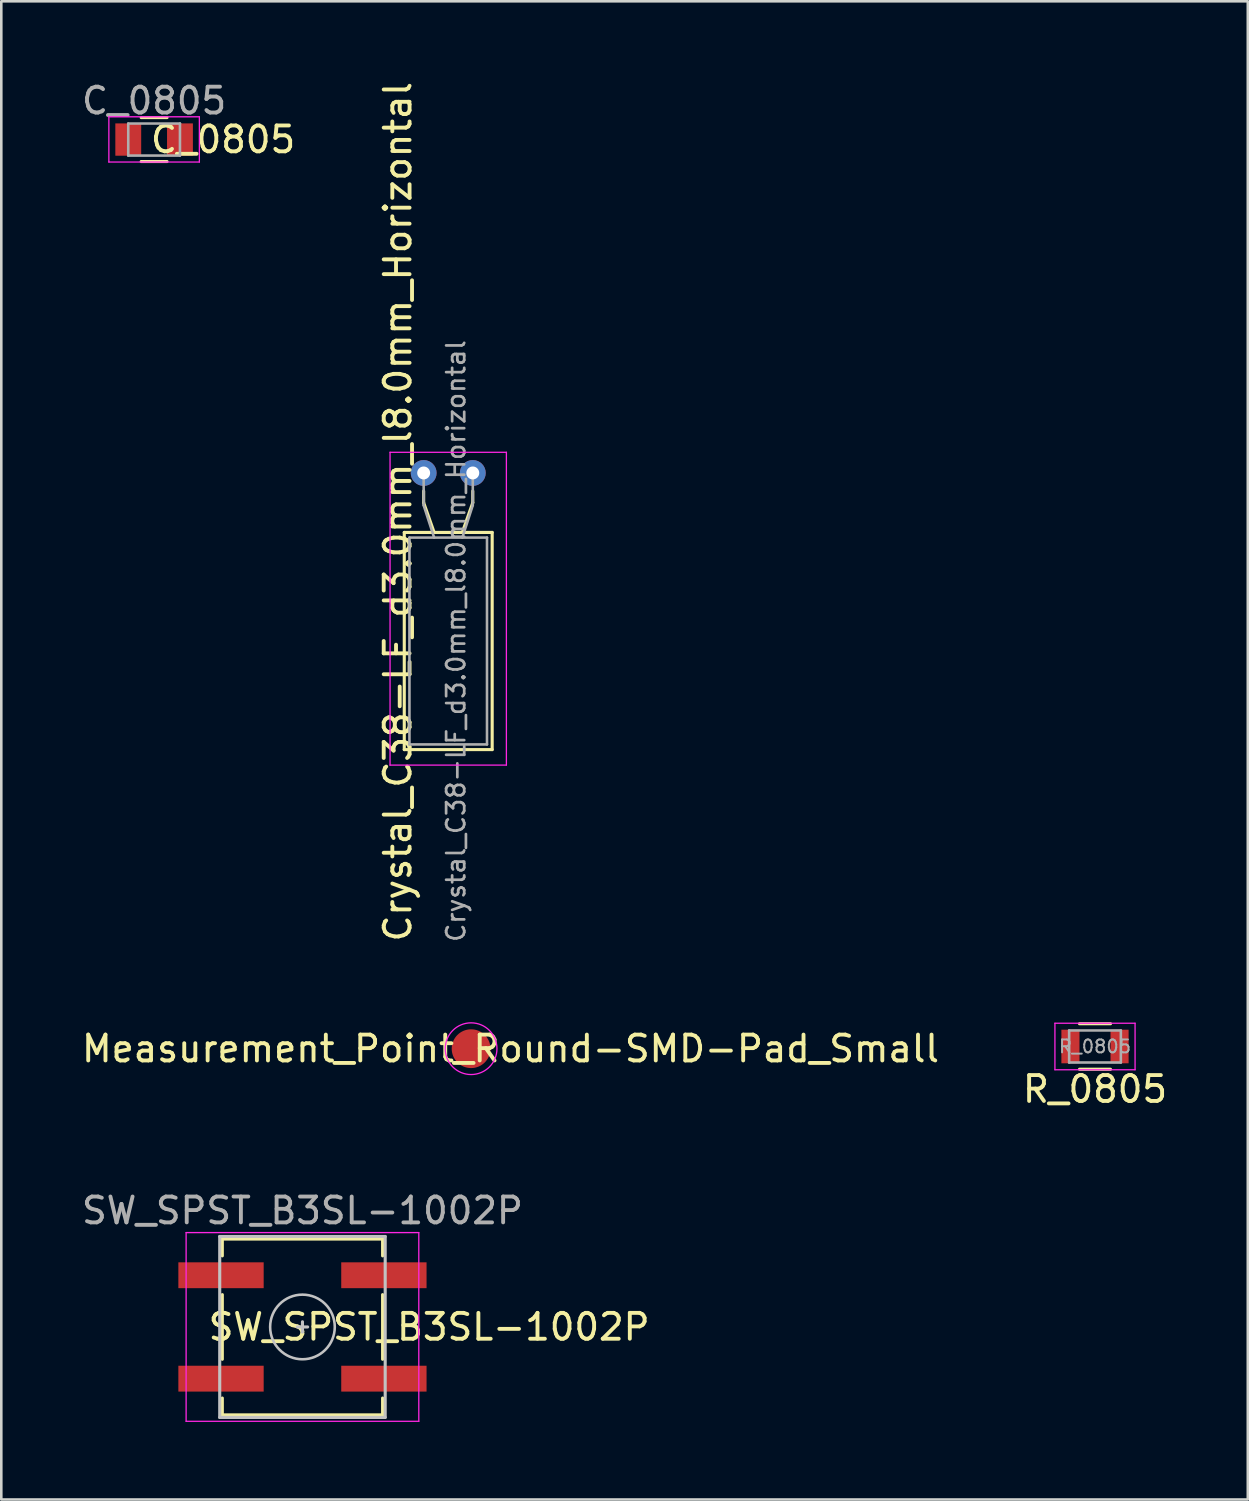
<source format=kicad_pcb>
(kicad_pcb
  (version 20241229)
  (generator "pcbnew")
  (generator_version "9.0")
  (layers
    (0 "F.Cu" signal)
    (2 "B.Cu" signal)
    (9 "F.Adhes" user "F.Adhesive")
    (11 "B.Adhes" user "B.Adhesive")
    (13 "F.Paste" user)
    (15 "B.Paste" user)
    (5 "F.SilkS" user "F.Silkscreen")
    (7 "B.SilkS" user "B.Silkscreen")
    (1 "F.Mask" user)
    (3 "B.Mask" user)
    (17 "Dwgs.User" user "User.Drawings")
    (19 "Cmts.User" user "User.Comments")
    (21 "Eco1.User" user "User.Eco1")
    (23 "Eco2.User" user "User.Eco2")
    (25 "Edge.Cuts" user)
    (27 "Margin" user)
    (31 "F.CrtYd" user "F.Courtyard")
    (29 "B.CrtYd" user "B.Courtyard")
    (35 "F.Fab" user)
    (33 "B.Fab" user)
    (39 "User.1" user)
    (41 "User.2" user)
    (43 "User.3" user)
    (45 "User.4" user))
  (footprint "R_0805"
    (layer "F.Cu")
    (at 39.304 37.428)
    (property "Reference" "R_0805" (at 0 1.651 180) (layer "F.SilkS") (effects (font (size 1 1) (thickness 0.15))))
    (attr smd)
    (fp_line (start -0.6 -0.88) (end 0.6 -0.88) (stroke (width 0.12) (type solid)) (layer "F.SilkS"))
    (fp_line (start 0.6 0.88) (end -0.6 0.88) (stroke (width 0.12) (type solid)) (layer "F.SilkS"))
    (fp_line (start -1.55 -0.9) (end -1.55 0.9) (stroke (width 0.05) (type solid)) (layer "F.CrtYd"))
    (fp_line (start -1.55 -0.9) (end 1.55 -0.9) (stroke (width 0.05) (type solid)) (layer "F.CrtYd"))
    (fp_line (start 1.55 0.9) (end -1.55 0.9) (stroke (width 0.05) (type solid)) (layer "F.CrtYd"))
    (fp_line (start 1.55 0.9) (end 1.55 -0.9) (stroke (width 0.05) (type solid)) (layer "F.CrtYd"))
    (fp_line (start -1 -0.62) (end 1 -0.62) (stroke (width 0.1) (type solid)) (layer "F.Fab"))
    (fp_line (start -1 0.62) (end -1 -0.62) (stroke (width 0.1) (type solid)) (layer "F.Fab"))
    (fp_line (start 1 -0.62) (end 1 0.62) (stroke (width 0.1) (type solid)) (layer "F.Fab"))
    (fp_line (start 1 0.62) (end -1 0.62) (stroke (width 0.1) (type solid)) (layer "F.Fab"))
    (fp_text user "${REFERENCE}" (at 0 0 0) (layer "F.Fab") (effects (font (size 0.5 0.5) (thickness 0.075))))
    (pad "1" smd rect (at -0.95 0) (size 0.7 1.3) (layers "F.Cu" "F.Mask" "F.Paste"))
    (pad "2" smd rect (at 0.95 0) (size 0.7 1.3) (layers "F.Cu" "F.Mask" "F.Paste")))
  (footprint "C_0805"
    (layer "F.Cu")
    (at 2.911 2.348)
    (property "Reference" "C_0805" (at 2.667 0 0) (layer "F.SilkS") (effects (font (size 1 1) (thickness 0.15))))
    (attr smd)
    (fp_line (start -0.5 0.85) (end 0.5 0.85) (stroke (width 0.12) (type solid)) (layer "F.SilkS"))
    (fp_line (start 0.5 -0.85) (end -0.5 -0.85) (stroke (width 0.12) (type solid)) (layer "F.SilkS"))
    (fp_line (start -1.75 -0.88) (end -1.75 0.87) (stroke (width 0.05) (type solid)) (layer "F.CrtYd"))
    (fp_line (start -1.75 -0.88) (end 1.75 -0.88) (stroke (width 0.05) (type solid)) (layer "F.CrtYd"))
    (fp_line (start 1.75 0.87) (end -1.75 0.87) (stroke (width 0.05) (type solid)) (layer "F.CrtYd"))
    (fp_line (start 1.75 0.87) (end 1.75 -0.88) (stroke (width 0.05) (type solid)) (layer "F.CrtYd"))
    (fp_line (start -1 -0.62) (end 1 -0.62) (stroke (width 0.1) (type solid)) (layer "F.Fab"))
    (fp_line (start -1 0.62) (end -1 -0.62) (stroke (width 0.1) (type solid)) (layer "F.Fab"))
    (fp_line (start 1 -0.62) (end 1 0.62) (stroke (width 0.1) (type solid)) (layer "F.Fab"))
    (fp_line (start 1 0.62) (end -1 0.62) (stroke (width 0.1) (type solid)) (layer "F.Fab"))
    (fp_text user "${REFERENCE}" (at 0 -1.5 0) (layer "F.Fab") (effects (font (size 1 1) (thickness 0.15))))
    (pad "1" smd rect (at -1 0) (size 1 1.25) (layers "F.Cu" "F.Mask" "F.Paste"))
    (pad "2" smd rect (at 1 0) (size 1 1.25) (layers "F.Cu" "F.Mask" "F.Paste")))
  (footprint "SW_SPST_B3SL-1002P"
    (layer "F.Cu")
    (at 8.649 48.276)
    (property "Reference" "SW_SPST_B3SL-1002P" (at 4.9 0 0) (layer "F.SilkS") (effects (font (size 1 1) (thickness 0.15))))
    (attr smd)
    (fp_line (start -3.1 -3.4) (end -3.1 -2.75) (stroke (width 0.12) (type solid)) (layer "F.SilkS"))
    (fp_line (start -3.1 -1.25) (end -3.1 1.25) (stroke (width 0.12) (type solid)) (layer "F.SilkS"))
    (fp_line (start -3.1 3.4) (end -3.1 2.75) (stroke (width 0.12) (type solid)) (layer "F.SilkS"))
    (fp_line (start 3.1 -3.4) (end -3.1 -3.4) (stroke (width 0.12) (type solid)) (layer "F.SilkS"))
    (fp_line (start 3.1 -2.75) (end 3.1 -3.4) (stroke (width 0.12) (type solid)) (layer "F.SilkS"))
    (fp_line (start 3.1 -1.25) (end 3.1 1.25) (stroke (width 0.12) (type solid)) (layer "F.SilkS"))
    (fp_line (start 3.1 2.75) (end 3.1 3.4) (stroke (width 0.12) (type solid)) (layer "F.SilkS"))
    (fp_line (start 3.1 3.4) (end -3.1 3.4) (stroke (width 0.12) (type solid)) (layer "F.SilkS"))
    (fp_line (start -3.2 -3.5) (end 3.2 -3.5) (stroke (width 0.12) (type solid)) (layer "Dwgs.User"))
    (fp_line (start -3.2 3.5) (end -3.2 -3.5) (stroke (width 0.12) (type solid)) (layer "Dwgs.User"))
    (fp_line (start -0.2 0) (end 0.2 0) (stroke (width 0.12) (type solid)) (layer "Dwgs.User"))
    (fp_line (start 0 -0.2) (end 0 0.2) (stroke (width 0.12) (type solid)) (layer "Dwgs.User"))
    (fp_line (start 3.2 -3.5) (end 3.2 3.5) (stroke (width 0.12) (type solid)) (layer "Dwgs.User"))
    (fp_line (start 3.2 3.5) (end -3.2 3.5) (stroke (width 0.12) (type solid)) (layer "Dwgs.User"))
    (fp_circle (center 0 0) (end 1.25 0) (stroke (width 0.1) (type solid)) (fill no) (layer "Dwgs.User"))
    (fp_line (start -4.5 -3.65) (end -4.5 3.65) (stroke (width 0.05) (type solid)) (layer "F.CrtYd"))
    (fp_line (start -4.5 3.65) (end 4.5 3.65) (stroke (width 0.05) (type solid)) (layer "F.CrtYd"))
    (fp_line (start 4.5 -3.65) (end -4.5 -3.65) (stroke (width 0.05) (type solid)) (layer "F.CrtYd"))
    (fp_line (start 4.5 3.65) (end 4.5 -3.65) (stroke (width 0.05) (type solid)) (layer "F.CrtYd"))
    (fp_text user "${REFERENCE}" (at 0 -4.5 0) (layer "F.Fab") (effects (font (size 1 1) (thickness 0.15))))
    (pad "1" smd rect (at -3.15 -2) (size 3.3 1) (layers "F.Cu" "F.Mask" "F.Paste"))
    (pad "1" smd rect (at 3.15 -2) (size 3.3 1) (layers "F.Cu" "F.Mask" "F.Paste"))
    (pad "2" smd rect (at -3.15 2) (size 3.3 1) (layers "F.Cu" "F.Mask" "F.Paste"))
    (pad "2" smd rect (at 3.15 2) (size 3.3 1) (layers "F.Cu" "F.Mask" "F.Paste")))
  (footprint "Crystal_C38-LF_d3.0mm_l8.0mm_Horizontal"
    (layer "F.Cu")
    (at 13.337 15.244)
    (property "Reference" "Crystal_C38-LF_d3.0mm_l8.0mm_Horizontal" (at -1 1.5 90) (layer "F.SilkS") (effects (font (size 1 1) (thickness 0.15))))
    (attr through_hole)
    (fp_line (start -0.75 2.3) (end -0.75 10.7) (stroke (width 0.12) (type solid)) (layer "F.SilkS"))
    (fp_line (start -0.75 10.7) (end 2.65 10.7) (stroke (width 0.12) (type solid)) (layer "F.SilkS"))
    (fp_line (start 0 1.15) (end 0 0.7) (stroke (width 0.12) (type solid)) (layer "F.SilkS"))
    (fp_line (start 0.405 2.3) (end 0 1.15) (stroke (width 0.12) (type solid)) (layer "F.SilkS"))
    (fp_line (start 1.495 2.3) (end 1.9 1.15) (stroke (width 0.12) (type solid)) (layer "F.SilkS"))
    (fp_line (start 1.9 1.15) (end 1.9 0.7) (stroke (width 0.12) (type solid)) (layer "F.SilkS"))
    (fp_line (start 2.65 2.3) (end -0.75 2.3) (stroke (width 0.12) (type solid)) (layer "F.SilkS"))
    (fp_line (start 2.65 10.7) (end 2.65 2.3) (stroke (width 0.12) (type solid)) (layer "F.SilkS"))
    (fp_line (start -1.3 -0.8) (end -1.3 11.3) (stroke (width 0.05) (type solid)) (layer "F.CrtYd"))
    (fp_line (start -1.3 11.3) (end 3.2 11.3) (stroke (width 0.05) (type solid)) (layer "F.CrtYd"))
    (fp_line (start 3.2 -0.8) (end -1.3 -0.8) (stroke (width 0.05) (type solid)) (layer "F.CrtYd"))
    (fp_line (start 3.2 11.3) (end 3.2 -0.8) (stroke (width 0.05) (type solid)) (layer "F.CrtYd"))
    (fp_line (start -0.55 2.5) (end -0.55 10.5) (stroke (width 0.1) (type solid)) (layer "F.Fab"))
    (fp_line (start -0.55 10.5) (end 2.45 10.5) (stroke (width 0.1) (type solid)) (layer "F.Fab"))
    (fp_line (start 0 1.25) (end 0 0) (stroke (width 0.1) (type solid)) (layer "F.Fab"))
    (fp_line (start 0.405 2.5) (end 0 1.25) (stroke (width 0.1) (type solid)) (layer "F.Fab"))
    (fp_line (start 1.495 2.5) (end 1.9 1.25) (stroke (width 0.1) (type solid)) (layer "F.Fab"))
    (fp_line (start 1.9 1.25) (end 1.9 0) (stroke (width 0.1) (type solid)) (layer "F.Fab"))
    (fp_line (start 2.45 2.5) (end -0.55 2.5) (stroke (width 0.1) (type solid)) (layer "F.Fab"))
    (fp_line (start 2.45 10.5) (end 2.45 2.5) (stroke (width 0.1) (type solid)) (layer "F.Fab"))
    (fp_text user "${REFERENCE}" (at 1.25 6.5 90) (layer "F.Fab") (effects (font (size 0.7 0.7) (thickness 0.105))))
    (pad "1" thru_hole circle (at 0 0) (size 1 1) (drill 0.5) (layers "*.Cu" "*.Mask"))
    (pad "2" thru_hole circle (at 1.9 0) (size 1 1) (drill 0.5) (layers "*.Cu" "*.Mask")))
  (footprint "Measurement_Point_Round-SMD-Pad_Small"
    (layer "F.Cu")
    (at 15.172 37.513)
    (property "Reference" "Measurement_Point_Round-SMD-Pad_Small" (at 1.524 0 0) (layer "F.SilkS") (effects (font (size 1 1) (thickness 0.15))))
    (attr exclude_from_pos_files exclude_from_bom)
    (fp_circle (center 0 0) (end 1 0) (stroke (width 0.05) (type solid)) (fill no) (layer "F.CrtYd"))
    (pad "1" smd circle (at 0 0) (size 1.5 1.5) (layers "F.Cu" "F.Mask")))
  (gr_rect
    (start -3 -3)
    (end 45.214 54.951)
    (stroke (width 0.1) (type default))
    (fill no)
    (layer "Edge.Cuts")))
</source>
